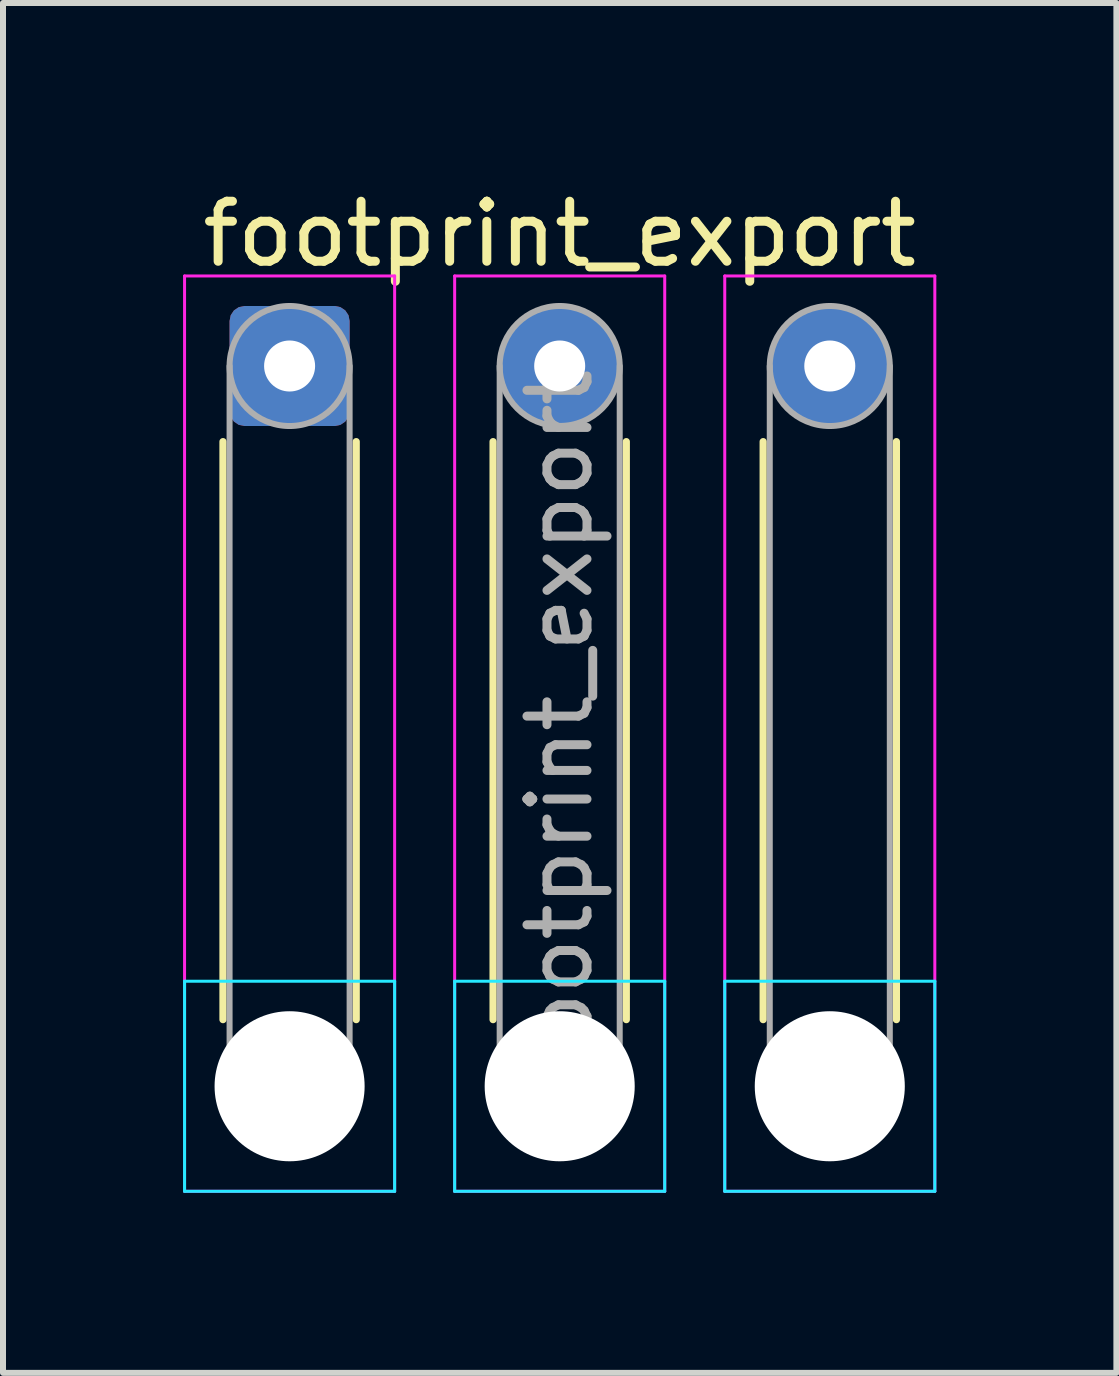
<source format=kicad_pcb>
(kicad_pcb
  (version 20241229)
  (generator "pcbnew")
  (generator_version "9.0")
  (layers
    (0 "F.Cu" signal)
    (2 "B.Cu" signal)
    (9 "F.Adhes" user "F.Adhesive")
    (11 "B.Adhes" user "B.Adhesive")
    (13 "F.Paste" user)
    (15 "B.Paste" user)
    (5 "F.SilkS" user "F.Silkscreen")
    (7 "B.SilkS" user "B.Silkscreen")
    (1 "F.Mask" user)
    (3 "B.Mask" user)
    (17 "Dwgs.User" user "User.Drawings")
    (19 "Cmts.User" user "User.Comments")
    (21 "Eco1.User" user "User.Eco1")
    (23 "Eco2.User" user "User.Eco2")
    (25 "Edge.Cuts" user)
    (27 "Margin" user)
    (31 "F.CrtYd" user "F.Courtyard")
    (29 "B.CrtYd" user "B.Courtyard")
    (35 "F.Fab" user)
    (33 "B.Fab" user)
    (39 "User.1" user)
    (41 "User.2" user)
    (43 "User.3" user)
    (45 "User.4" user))
  (footprint "footprint_export"
    (layer "F.Cu")
    (at 1.775 3.048)
    (property "Reference" "footprint_export" (at 4.5 -2.2 0) (layer "F.SilkS") (effects (font (size 1 1) (thickness 0.15))))
    (attr exclude_from_pos_files exclude_from_bom)
    (fp_line (start -1.11 1.26) (end -1.11 10.89) (stroke (width 0.12) (type solid)) (layer "F.SilkS"))
    (fp_line (start 1.11 1.26) (end 1.11 10.89) (stroke (width 0.12) (type solid)) (layer "F.SilkS"))
    (fp_line (start 3.39 1.26) (end 3.39 10.89) (stroke (width 0.12) (type solid)) (layer "F.SilkS"))
    (fp_line (start 5.61 1.26) (end 5.61 10.89) (stroke (width 0.12) (type solid)) (layer "F.SilkS"))
    (fp_line (start 7.89 1.26) (end 7.89 10.89) (stroke (width 0.12) (type solid)) (layer "F.SilkS"))
    (fp_line (start 10.11 1.26) (end 10.11 10.89) (stroke (width 0.12) (type solid)) (layer "F.SilkS"))
    (fp_line (start -1.75 10.25) (end -1.75 13.75) (stroke (width 0.05) (type solid)) (layer "B.CrtYd"))
    (fp_line (start -1.75 13.75) (end 1.75 13.75) (stroke (width 0.05) (type solid)) (layer "B.CrtYd"))
    (fp_line (start 1.75 10.25) (end -1.75 10.25) (stroke (width 0.05) (type solid)) (layer "B.CrtYd"))
    (fp_line (start 1.75 13.75) (end 1.75 10.25) (stroke (width 0.05) (type solid)) (layer "B.CrtYd"))
    (fp_line (start 2.75 10.25) (end 2.75 13.75) (stroke (width 0.05) (type solid)) (layer "B.CrtYd"))
    (fp_line (start 2.75 13.75) (end 6.25 13.75) (stroke (width 0.05) (type solid)) (layer "B.CrtYd"))
    (fp_line (start 6.25 10.25) (end 2.75 10.25) (stroke (width 0.05) (type solid)) (layer "B.CrtYd"))
    (fp_line (start 6.25 13.75) (end 6.25 10.25) (stroke (width 0.05) (type solid)) (layer "B.CrtYd"))
    (fp_line (start 7.25 10.25) (end 7.25 13.75) (stroke (width 0.05) (type solid)) (layer "B.CrtYd"))
    (fp_line (start 7.25 13.75) (end 10.75 13.75) (stroke (width 0.05) (type solid)) (layer "B.CrtYd"))
    (fp_line (start 10.75 10.25) (end 7.25 10.25) (stroke (width 0.05) (type solid)) (layer "B.CrtYd"))
    (fp_line (start 10.75 13.75) (end 10.75 10.25) (stroke (width 0.05) (type solid)) (layer "B.CrtYd"))
    (fp_line (start -1.75 -1.5) (end -1.75 13.75) (stroke (width 0.05) (type solid)) (layer "F.CrtYd"))
    (fp_line (start -1.75 13.75) (end 1.75 13.75) (stroke (width 0.05) (type solid)) (layer "F.CrtYd"))
    (fp_line (start 1.75 -1.5) (end -1.75 -1.5) (stroke (width 0.05) (type solid)) (layer "F.CrtYd"))
    (fp_line (start 1.75 13.75) (end 1.75 -1.5) (stroke (width 0.05) (type solid)) (layer "F.CrtYd"))
    (fp_line (start 2.75 -1.5) (end 2.75 13.75) (stroke (width 0.05) (type solid)) (layer "F.CrtYd"))
    (fp_line (start 2.75 13.75) (end 6.25 13.75) (stroke (width 0.05) (type solid)) (layer "F.CrtYd"))
    (fp_line (start 6.25 -1.5) (end 2.75 -1.5) (stroke (width 0.05) (type solid)) (layer "F.CrtYd"))
    (fp_line (start 6.25 13.75) (end 6.25 -1.5) (stroke (width 0.05) (type solid)) (layer "F.CrtYd"))
    (fp_line (start 7.25 -1.5) (end 7.25 13.75) (stroke (width 0.05) (type solid)) (layer "F.CrtYd"))
    (fp_line (start 7.25 13.75) (end 10.75 13.75) (stroke (width 0.05) (type solid)) (layer "F.CrtYd"))
    (fp_line (start 10.75 -1.5) (end 7.25 -1.5) (stroke (width 0.05) (type solid)) (layer "F.CrtYd"))
    (fp_line (start 10.75 13.75) (end 10.75 -1.5) (stroke (width 0.05) (type solid)) (layer "F.CrtYd"))
    (fp_line (start -1 0) (end -1 12) (stroke (width 0.1) (type solid)) (layer "F.Fab"))
    (fp_line (start 1 0) (end 1 12) (stroke (width 0.1) (type solid)) (layer "F.Fab"))
    (fp_line (start 3.5 0) (end 3.5 12) (stroke (width 0.1) (type solid)) (layer "F.Fab"))
    (fp_line (start 5.5 0) (end 5.5 12) (stroke (width 0.1) (type solid)) (layer "F.Fab"))
    (fp_line (start 8 0) (end 8 12) (stroke (width 0.1) (type solid)) (layer "F.Fab"))
    (fp_line (start 10 0) (end 10 12) (stroke (width 0.1) (type solid)) (layer "F.Fab"))
    (fp_circle (center 0 0) (end 1 0) (stroke (width 0.1) (type solid)) (fill no) (layer "F.Fab"))
    (fp_circle (center 0 12) (end 1 12) (stroke (width 0.1) (type solid)) (fill no) (layer "F.Fab"))
    (fp_circle (center 4.5 0) (end 5.5 0) (stroke (width 0.1) (type solid)) (fill no) (layer "F.Fab"))
    (fp_circle (center 4.5 12) (end 5.5 12) (stroke (width 0.1) (type solid)) (fill no) (layer "F.Fab"))
    (fp_circle (center 9 0) (end 10 0) (stroke (width 0.1) (type solid)) (fill no) (layer "F.Fab"))
    (fp_circle (center 9 12) (end 10 12) (stroke (width 0.1) (type solid)) (fill no) (layer "F.Fab"))
    (fp_text user "${REFERENCE}" (at 4.5 6 90) (layer "F.Fab") (effects (font (size 1 1) (thickness 0.15))))
    (pad "" np_thru_hole circle (at 0 12) (size 2.5 2.5) (drill 2.5) (layers "*.Cu" "*.Mask"))
    (pad "" np_thru_hole circle (at 4.5 12) (size 2.5 2.5) (drill 2.5) (layers "*.Cu" "*.Mask"))
    (pad "" np_thru_hole circle (at 9 12) (size 2.5 2.5) (drill 2.5) (layers "*.Cu" "*.Mask"))
    (pad "1" thru_hole roundrect (at 0 0) (size 2 2) (drill 0.85) (layers "*.Cu" "*.Mask") (roundrect_rratio 0.125))
    (pad "2" thru_hole circle (at 4.5 0) (size 2 2) (drill 0.85) (layers "*.Cu" "*.Mask"))
    (pad "3" thru_hole circle (at 9 0) (size 2 2) (drill 0.85) (layers "*.Cu" "*.Mask")))
  (gr_rect
    (start -3 -3)
    (end 15.55 19.823)
    (stroke (width 0.1) (type default))
    (fill no)
    (layer "Edge.Cuts")))
</source>
